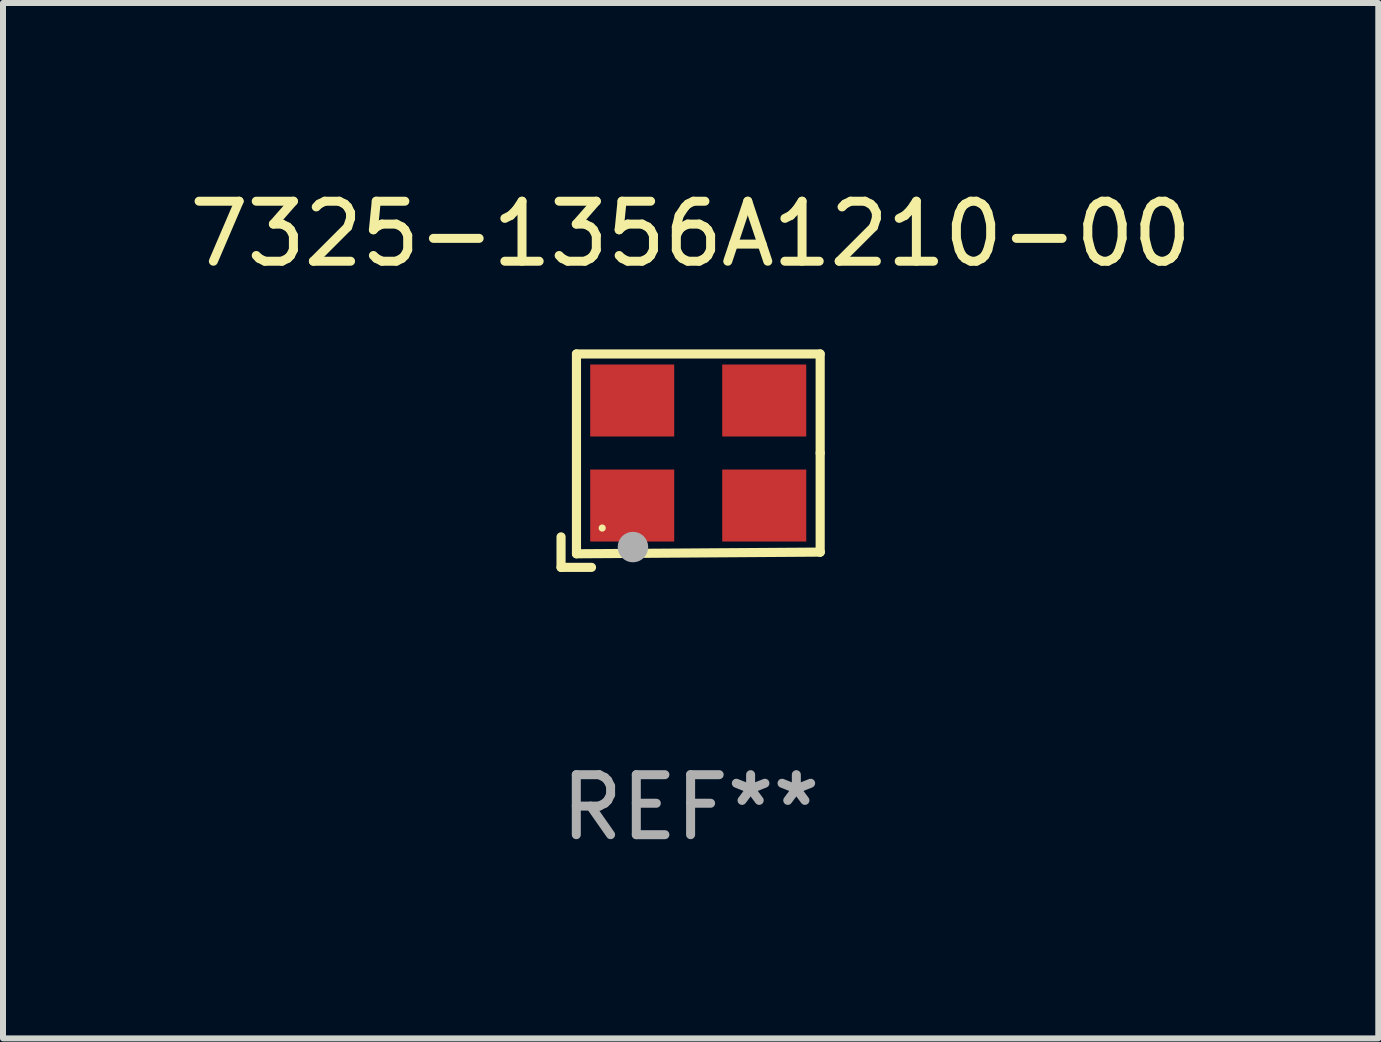
<source format=kicad_pcb>
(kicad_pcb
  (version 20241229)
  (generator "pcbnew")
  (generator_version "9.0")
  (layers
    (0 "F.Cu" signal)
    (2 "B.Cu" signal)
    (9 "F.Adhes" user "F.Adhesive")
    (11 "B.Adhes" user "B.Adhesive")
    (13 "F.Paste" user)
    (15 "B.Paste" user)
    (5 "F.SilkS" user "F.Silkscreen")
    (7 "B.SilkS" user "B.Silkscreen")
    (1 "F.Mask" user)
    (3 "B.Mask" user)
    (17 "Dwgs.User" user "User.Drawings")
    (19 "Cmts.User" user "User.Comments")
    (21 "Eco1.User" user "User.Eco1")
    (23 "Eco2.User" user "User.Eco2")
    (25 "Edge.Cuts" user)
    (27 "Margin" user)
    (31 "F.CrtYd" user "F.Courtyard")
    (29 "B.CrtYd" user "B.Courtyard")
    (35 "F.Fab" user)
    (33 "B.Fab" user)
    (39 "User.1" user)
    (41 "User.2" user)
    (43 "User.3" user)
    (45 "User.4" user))
  (footprint "7325-1356A1210-00"
    (layer "F.Cu")
    (at 8.458 4.626)
    (property "Reference" "7325-1356A1210-00" (at 0 -3.778 0) (layer "F.SilkS") (effects (font (size 1 1) (thickness 0.15))))
    (attr through_hole)
    (fp_line (start -2.159 1.27) (end -2.159 1.778) (stroke (width 0.152) (type solid)) (layer "F.SilkS"))
    (fp_line (start -2.159 1.778) (end -1.651 1.778) (stroke (width 0.152) (type solid)) (layer "F.SilkS"))
    (fp_line (start -1.902 -1.778) (end 2.159 -1.778) (stroke (width 0.152) (type solid)) (layer "F.SilkS"))
    (fp_line (start -1.902 1.552) (end -1.902 -1.778) (stroke (width 0.152) (type solid)) (layer "F.SilkS"))
    (fp_line (start 2.159 -1.778) (end 2.159 -0.127) (stroke (width 0.152) (type solid)) (layer "F.SilkS"))
    (fp_line (start 2.159 -0.127) (end 2.159 1.524) (stroke (width 0.152) (type solid)) (layer "F.SilkS"))
    (fp_line (start 2.159 1.524) (end -1.902 1.552) (stroke (width 0.152) (type solid)) (layer "F.SilkS"))
    (fp_line (start 2.159 1.524) (end 2.159 1.524) (stroke (width 0.152) (type solid)) (layer "F.SilkS"))
    (fp_circle (center -1.473 1.123) (end -1.443 1.123) (stroke (width 0.06) (type solid)) (fill no) (layer "F.SilkS"))
    (fp_circle (center -0.961 1.44) (end -0.834 1.44) (stroke (width 0.254) (type solid)) (fill no) (layer "F.Fab"))
    (fp_text user "REF**" (at 0 5.778 0) (layer "F.Fab") (effects (font (size 1 1) (thickness 0.15))))
    (pad "1" smd rect (at -0.973 0.748) (size 1.4 1.2) (layers "F.Cu" "F.Mask" "F.Paste"))
    (pad "2" smd rect (at 1.227 0.748) (size 1.4 1.2) (layers "F.Cu" "F.Mask" "F.Paste"))
    (pad "3" smd rect (at 1.227 -1.002) (size 1.4 1.2) (layers "F.Cu" "F.Mask" "F.Paste"))
    (pad "4" smd rect (at -0.973 -1.002) (size 1.4 1.2) (layers "F.Cu" "F.Mask" "F.Paste")))
  (gr_rect
    (start -3 -3)
    (end 19.917 14.253)
    (stroke (width 0.1) (type default))
    (fill no)
    (layer "Edge.Cuts")))
</source>
